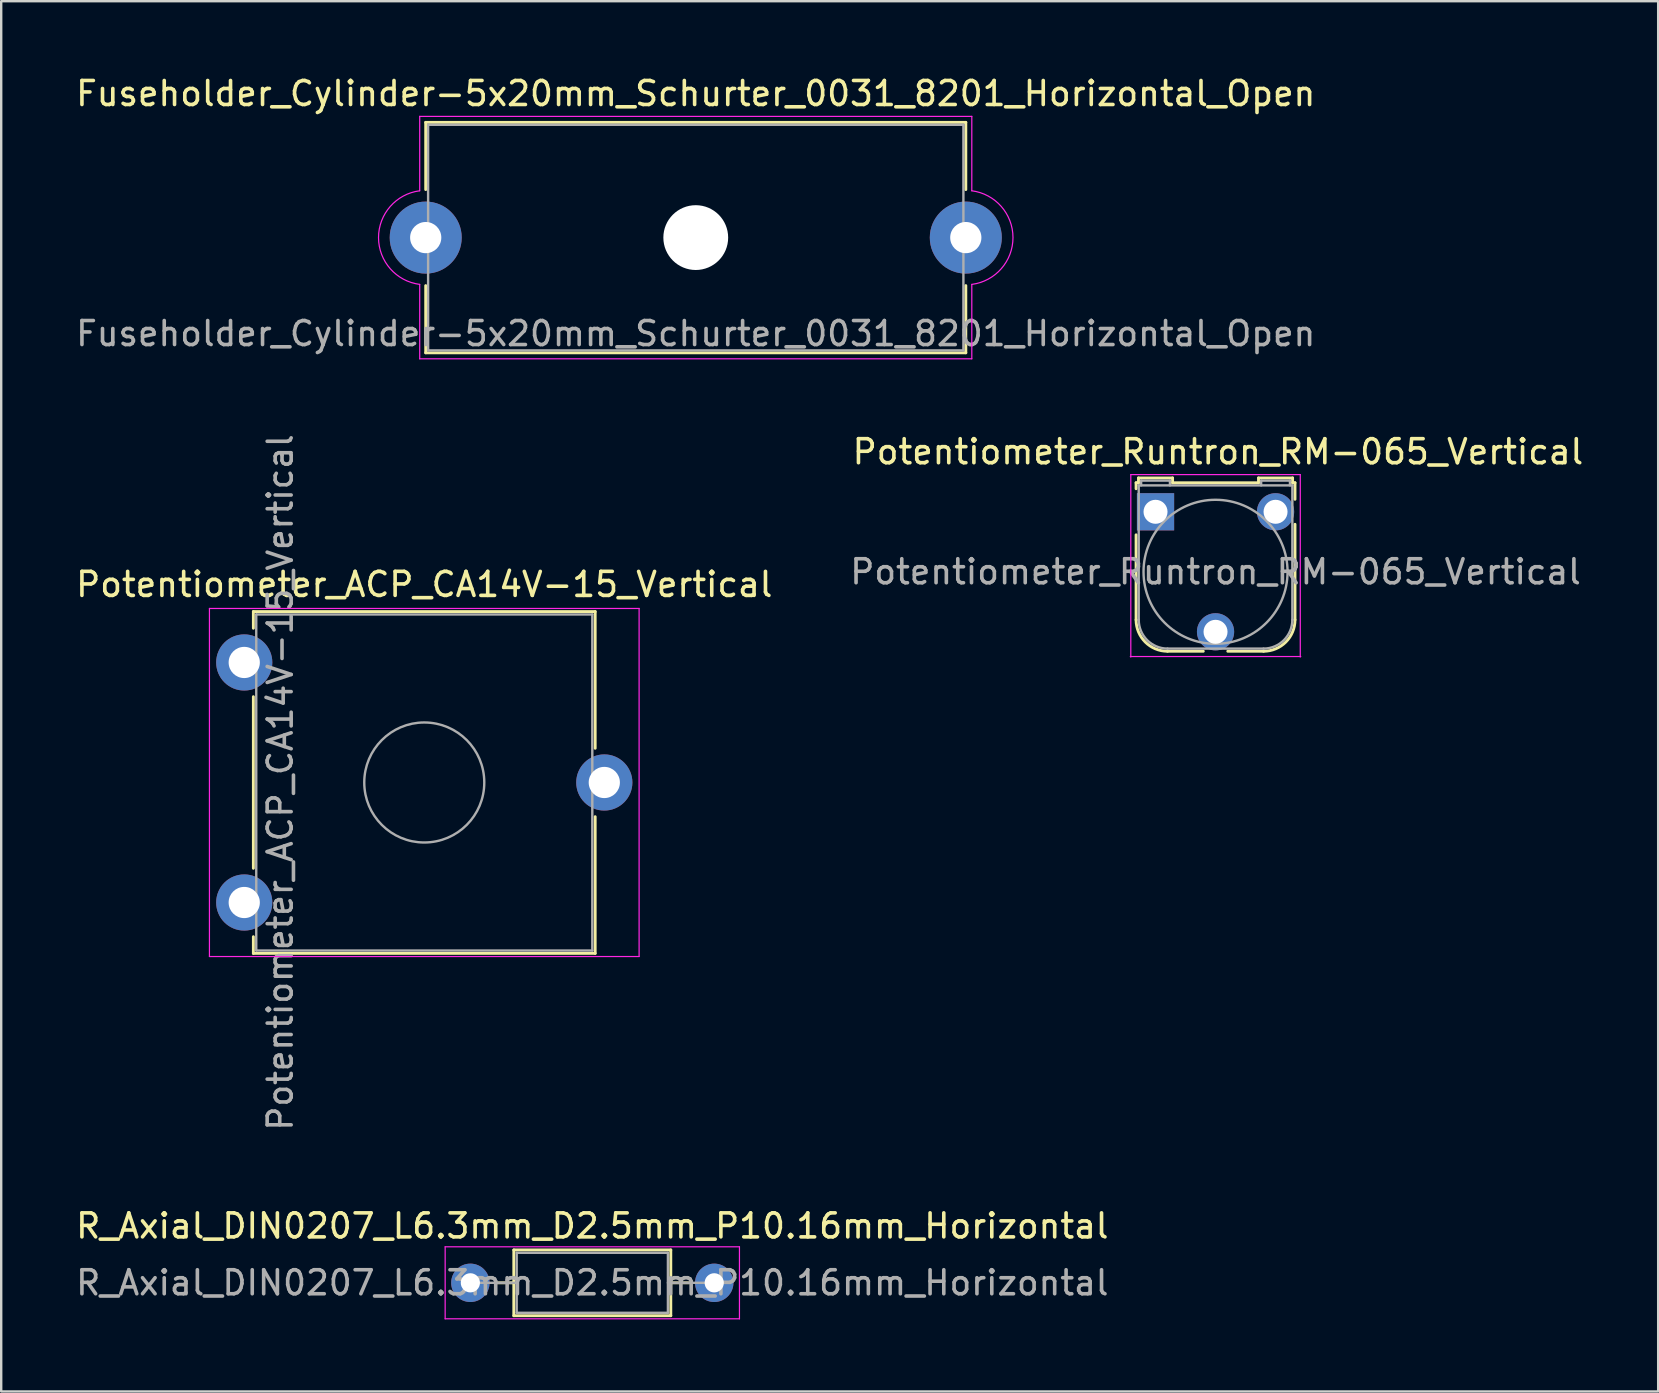
<source format=kicad_pcb>
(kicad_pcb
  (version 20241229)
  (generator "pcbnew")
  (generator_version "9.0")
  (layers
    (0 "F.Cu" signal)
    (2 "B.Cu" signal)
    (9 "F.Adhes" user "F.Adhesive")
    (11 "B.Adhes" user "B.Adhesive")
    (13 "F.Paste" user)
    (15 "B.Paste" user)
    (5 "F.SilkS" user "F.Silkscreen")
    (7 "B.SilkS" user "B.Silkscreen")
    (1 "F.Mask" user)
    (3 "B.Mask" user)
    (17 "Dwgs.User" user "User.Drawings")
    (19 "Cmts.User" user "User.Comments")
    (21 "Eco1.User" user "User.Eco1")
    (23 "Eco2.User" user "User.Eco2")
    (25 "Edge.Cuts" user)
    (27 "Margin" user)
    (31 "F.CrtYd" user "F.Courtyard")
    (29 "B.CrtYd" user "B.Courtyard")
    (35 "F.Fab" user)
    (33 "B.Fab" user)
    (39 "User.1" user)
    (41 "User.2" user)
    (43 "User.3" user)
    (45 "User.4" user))
  (footprint "Potentiometer_Runtron_RM-065_Vertical"
    (layer "F.Cu")
    (at 45.089 18.271)
    (property "Reference" "Potentiometer_Runtron_RM-065_Vertical" (at 2.6 -2.5 0) (layer "F.SilkS") (effects (font (size 1 1) (thickness 0.15))))
    (attr through_hole)
    (fp_line (start -0.81 -1.21) (end -0.81 -0.96) (stroke (width 0.12) (type solid)) (layer "F.SilkS"))
    (fp_line (start -0.81 4.5) (end -0.81 0.96) (stroke (width 0.12) (type solid)) (layer "F.SilkS"))
    (fp_line (start -0.71 -1.41) (end -0.71 -1.21) (stroke (width 0.12) (type solid)) (layer "F.SilkS"))
    (fp_line (start -0.71 -1.41) (end 0.71 -1.41) (stroke (width 0.12) (type solid)) (layer "F.SilkS"))
    (fp_line (start -0.71 -1.21) (end -0.81 -1.21) (stroke (width 0.12) (type solid)) (layer "F.SilkS"))
    (fp_line (start 0.71 -1.21) (end 0.71 -1.41) (stroke (width 0.12) (type solid)) (layer "F.SilkS"))
    (fp_line (start 0.71 -1.21) (end 4.29 -1.21) (stroke (width 0.12) (type solid)) (layer "F.SilkS"))
    (fp_line (start 1.99 5.81) (end 0.5 5.81) (stroke (width 0.12) (type solid)) (layer "F.SilkS"))
    (fp_line (start 4.29 -1.41) (end 5.71 -1.41) (stroke (width 0.12) (type solid)) (layer "F.SilkS"))
    (fp_line (start 4.29 -1.21) (end 4.29 -1.41) (stroke (width 0.12) (type solid)) (layer "F.SilkS"))
    (fp_line (start 4.5 5.81) (end 3.01 5.81) (stroke (width 0.12) (type solid)) (layer "F.SilkS"))
    (fp_line (start 5.71 -1.41) (end 5.71 -1.21) (stroke (width 0.12) (type solid)) (layer "F.SilkS"))
    (fp_line (start 5.71 -1.21) (end 5.81 -1.21) (stroke (width 0.12) (type solid)) (layer "F.SilkS"))
    (fp_line (start 5.81 -1.21) (end 5.81 -0.52) (stroke (width 0.12) (type solid)) (layer "F.SilkS"))
    (fp_line (start 5.81 0.52) (end 5.81 4.5) (stroke (width 0.12) (type solid)) (layer "F.SilkS"))
    (fp_arc (start 0.5 5.81) (mid -0.42631 5.42631) (end -0.81 4.5) (stroke (width 0.12) (type solid)) (layer "F.SilkS"))
    (fp_arc (start 5.81 4.5) (mid 5.42631 5.42631) (end 4.5 5.81) (stroke (width 0.12) (type solid)) (layer "F.SilkS"))
    (fp_line (start -1.03 -1.55) (end -1.03 6.05) (stroke (width 0.05) (type solid)) (layer "F.CrtYd"))
    (fp_line (start -1.03 -1.55) (end 6.03 -1.55) (stroke (width 0.05) (type solid)) (layer "F.CrtYd"))
    (fp_line (start 6.03 6.05) (end 6.03 -1.55) (stroke (width 0.05) (type solid)) (layer "F.CrtYd"))
    (fp_line (start 6.05 6.03) (end -1.05 6.03) (stroke (width 0.05) (type solid)) (layer "F.CrtYd"))
    (fp_line (start -0.7 4.5) (end -0.7 -1.1) (stroke (width 0.1) (type solid)) (layer "F.Fab"))
    (fp_line (start -0.6 -1.3) (end 0.6 -1.3) (stroke (width 0.1) (type solid)) (layer "F.Fab"))
    (fp_line (start -0.6 -1.1) (end -0.6 -1.3) (stroke (width 0.1) (type solid)) (layer "F.Fab"))
    (fp_line (start 0.5 5.7) (end 4.5 5.7) (stroke (width 0.1) (type solid)) (layer "F.Fab"))
    (fp_line (start 0.6 -1.3) (end 0.6 -1.1) (stroke (width 0.1) (type solid)) (layer "F.Fab"))
    (fp_line (start 4.4 -1.3) (end 4.4 -1.1) (stroke (width 0.1) (type solid)) (layer "F.Fab"))
    (fp_line (start 5.6 -1.3) (end 4.41 -1.3) (stroke (width 0.1) (type solid)) (layer "F.Fab"))
    (fp_line (start 5.6 -1.1) (end 5.6 -1.3) (stroke (width 0.1) (type solid)) (layer "F.Fab"))
    (fp_line (start 5.7 -1.1) (end -0.7 -1.1) (stroke (width 0.1) (type solid)) (layer "F.Fab"))
    (fp_line (start 5.7 4.5) (end 5.7 -1.1) (stroke (width 0.1) (type solid)) (layer "F.Fab"))
    (fp_arc (start 0.5 5.7) (mid -0.348528 5.348528) (end -0.7 4.5) (stroke (width 0.1) (type solid)) (layer "F.Fab"))
    (fp_arc (start 5.7 4.5) (mid 5.348528 5.348528) (end 4.5 5.7) (stroke (width 0.1) (type solid)) (layer "F.Fab"))
    (fp_circle (center 2.5 2.5) (end 5.5 2.5) (stroke (width 0.1) (type solid)) (fill no) (layer "F.Fab"))
    (fp_text user "${REFERENCE}" (at 2.5 2.5 0) (layer "F.Fab") (effects (font (size 1 1) (thickness 0.15))))
    (pad "1" thru_hole rect (at 0 0) (size 1.55 1.55) (drill 1) (layers "*.Cu" "*.Mask"))
    (pad "2" thru_hole circle (at 2.5 5) (size 1.55 1.55) (drill 1) (layers "*.Cu" "*.Mask"))
    (pad "3" thru_hole circle (at 5 0) (size 1.55 1.55) (drill 1) (layers "*.Cu" "*.Mask")))
  (footprint "Potentiometer_ACP_CA14V-15_Vertical"
    (layer "F.Cu")
    (at 7.125 34.548)
    (property "Reference" "Potentiometer_ACP_CA14V-15_Vertical" (at 7.5 -13.25 0) (layer "F.SilkS") (effects (font (size 1 1) (thickness 0.15))))
    (attr through_hole)
    (fp_line (start 0.38 -12.12) (end 0.38 -11.426) (stroke (width 0.12) (type solid)) (layer "F.SilkS"))
    (fp_line (start 0.38 -12.12) (end 14.62 -12.12) (stroke (width 0.12) (type solid)) (layer "F.SilkS"))
    (fp_line (start 0.38 -8.574) (end 0.38 -1.425) (stroke (width 0.12) (type solid)) (layer "F.SilkS"))
    (fp_line (start 0.38 1.425) (end 0.38 2.12) (stroke (width 0.12) (type solid)) (layer "F.SilkS"))
    (fp_line (start 0.38 2.12) (end 14.62 2.12) (stroke (width 0.12) (type solid)) (layer "F.SilkS"))
    (fp_line (start 14.62 -12.12) (end 14.62 -6.425) (stroke (width 0.12) (type solid)) (layer "F.SilkS"))
    (fp_line (start 14.62 -3.575) (end 14.62 2.12) (stroke (width 0.12) (type solid)) (layer "F.SilkS"))
    (fp_line (start -1.45 -12.25) (end -1.45 2.25) (stroke (width 0.05) (type solid)) (layer "F.CrtYd"))
    (fp_line (start -1.45 2.25) (end 16.45 2.25) (stroke (width 0.05) (type solid)) (layer "F.CrtYd"))
    (fp_line (start 16.45 -12.25) (end -1.45 -12.25) (stroke (width 0.05) (type solid)) (layer "F.CrtYd"))
    (fp_line (start 16.45 2.25) (end 16.45 -12.25) (stroke (width 0.05) (type solid)) (layer "F.CrtYd"))
    (fp_line (start 0.5 -12) (end 0.5 2) (stroke (width 0.1) (type solid)) (layer "F.Fab"))
    (fp_line (start 0.5 2) (end 14.5 2) (stroke (width 0.1) (type solid)) (layer "F.Fab"))
    (fp_line (start 14.5 -12) (end 0.5 -12) (stroke (width 0.1) (type solid)) (layer "F.Fab"))
    (fp_line (start 14.5 2) (end 14.5 -12) (stroke (width 0.1) (type solid)) (layer "F.Fab"))
    (fp_circle (center 7.5 -5) (end 10 -5) (stroke (width 0.1) (type solid)) (fill no) (layer "F.Fab"))
    (fp_text user "${REFERENCE}" (at 1.5 -5 90) (layer "F.Fab") (effects (font (size 1 1) (thickness 0.15))))
    (pad "1" thru_hole circle (at 0 0) (size 2.34 2.34) (drill 1.3) (layers "*.Cu" "*.Mask"))
    (pad "2" thru_hole circle (at 15 -5) (size 2.34 2.34) (drill 1.3) (layers "*.Cu" "*.Mask"))
    (pad "3" thru_hole circle (at 0 -10) (size 2.34 2.34) (drill 1.3) (layers "*.Cu" "*.Mask")))
  (footprint "R_Axial_DIN0207_L6.3mm_D2.5mm_P10.16mm_Horizontal"
    (layer "F.Cu")
    (at 16.545 50.392)
    (property "Reference" "R_Axial_DIN0207_L6.3mm_D2.5mm_P10.16mm_Horizontal" (at 5.08 -2.37 0) (layer "F.SilkS") (effects (font (size 1 1) (thickness 0.15))))
    (attr through_hole)
    (fp_line (start 1.04 0) (end 1.81 0) (stroke (width 0.12) (type solid)) (layer "F.SilkS"))
    (fp_line (start 1.81 -1.37) (end 1.81 1.37) (stroke (width 0.12) (type solid)) (layer "F.SilkS"))
    (fp_line (start 1.81 1.37) (end 8.35 1.37) (stroke (width 0.12) (type solid)) (layer "F.SilkS"))
    (fp_line (start 8.35 -1.37) (end 1.81 -1.37) (stroke (width 0.12) (type solid)) (layer "F.SilkS"))
    (fp_line (start 8.35 1.37) (end 8.35 -1.37) (stroke (width 0.12) (type solid)) (layer "F.SilkS"))
    (fp_line (start 9.12 0) (end 8.35 0) (stroke (width 0.12) (type solid)) (layer "F.SilkS"))
    (fp_line (start -1.05 -1.5) (end -1.05 1.5) (stroke (width 0.05) (type solid)) (layer "F.CrtYd"))
    (fp_line (start -1.05 1.5) (end 11.21 1.5) (stroke (width 0.05) (type solid)) (layer "F.CrtYd"))
    (fp_line (start 11.21 -1.5) (end -1.05 -1.5) (stroke (width 0.05) (type solid)) (layer "F.CrtYd"))
    (fp_line (start 11.21 1.5) (end 11.21 -1.5) (stroke (width 0.05) (type solid)) (layer "F.CrtYd"))
    (fp_line (start 0 0) (end 1.93 0) (stroke (width 0.1) (type solid)) (layer "F.Fab"))
    (fp_line (start 1.93 -1.25) (end 1.93 1.25) (stroke (width 0.1) (type solid)) (layer "F.Fab"))
    (fp_line (start 1.93 1.25) (end 8.23 1.25) (stroke (width 0.1) (type solid)) (layer "F.Fab"))
    (fp_line (start 8.23 -1.25) (end 1.93 -1.25) (stroke (width 0.1) (type solid)) (layer "F.Fab"))
    (fp_line (start 8.23 1.25) (end 8.23 -1.25) (stroke (width 0.1) (type solid)) (layer "F.Fab"))
    (fp_line (start 10.16 0) (end 8.23 0) (stroke (width 0.1) (type solid)) (layer "F.Fab"))
    (fp_text user "${REFERENCE}" (at 5.08 0 0) (layer "F.Fab") (effects (font (size 1 1) (thickness 0.15))))
    (pad "1" thru_hole circle (at 0 0) (size 1.6 1.6) (drill 0.8) (layers "*.Cu" "*.Mask"))
    (pad "2" thru_hole oval (at 10.16 0) (size 1.6 1.6) (drill 0.8) (layers "*.Cu" "*.Mask")))
  (footprint "Fuseholder_Cylinder-5x20mm_Schurter_0031_8201_Horizontal_Open"
    (layer "F.Cu")
    (at 14.685 6.848)
    (property "Reference" "Fuseholder_Cylinder-5x20mm_Schurter_0031_8201_Horizontal_Open" (at 11.25 -6 0) (layer "F.SilkS") (effects (font (size 1 1) (thickness 0.15))))
    (attr through_hole)
    (fp_line (start 0 -4.8) (end 22.5 -4.8) (stroke (width 0.12) (type solid)) (layer "F.SilkS"))
    (fp_line (start 0 -2) (end 0 -4.8) (stroke (width 0.12) (type solid)) (layer "F.SilkS"))
    (fp_line (start 0 4.8) (end 0 2) (stroke (width 0.12) (type solid)) (layer "F.SilkS"))
    (fp_line (start 0 4.8) (end 22.5 4.8) (stroke (width 0.12) (type solid)) (layer "F.SilkS"))
    (fp_line (start 22.5 -2) (end 22.5 -4.8) (stroke (width 0.12) (type solid)) (layer "F.SilkS"))
    (fp_line (start 22.5 4.8) (end 22.5 2) (stroke (width 0.12) (type solid)) (layer "F.SilkS"))
    (fp_line (start -0.25 -5.05) (end 22.75 -5.05) (stroke (width 0.05) (type solid)) (layer "F.CrtYd"))
    (fp_line (start -0.25 -1.95) (end -0.25 -5.05) (stroke (width 0.05) (type solid)) (layer "F.CrtYd"))
    (fp_line (start -0.25 5.05) (end -0.25 1.95) (stroke (width 0.05) (type solid)) (layer "F.CrtYd"))
    (fp_line (start 22.75 -1.95) (end 22.75 -5.05) (stroke (width 0.05) (type solid)) (layer "F.CrtYd"))
    (fp_line (start 22.75 1.95) (end 22.75 5.05) (stroke (width 0.05) (type solid)) (layer "F.CrtYd"))
    (fp_line (start 22.75 5.05) (end -0.25 5.05) (stroke (width 0.05) (type solid)) (layer "F.CrtYd"))
    (fp_arc (start -0.25 1.95) (mid -1.96596 0.001518) (end -0.253011 -1.949612) (stroke (width 0.05) (type solid)) (layer "F.CrtYd"))
    (fp_arc (start 22.75 -1.95) (mid 24.46596 -0.001518) (end 22.753011 1.949612) (stroke (width 0.05) (type solid)) (layer "F.CrtYd"))
    (fp_line (start 0.1 -4.7) (end 0.1 4.7) (stroke (width 0.1) (type solid)) (layer "F.Fab"))
    (fp_line (start 0.1 4.7) (end 22.4 4.7) (stroke (width 0.1) (type solid)) (layer "F.Fab"))
    (fp_line (start 22.4 -4.7) (end 0.1 -4.7) (stroke (width 0.1) (type solid)) (layer "F.Fab"))
    (fp_line (start 22.4 4.7) (end 22.4 -4.7) (stroke (width 0.1) (type solid)) (layer "F.Fab"))
    (fp_text user "${REFERENCE}" (at 11.25 4 0) (layer "F.Fab") (effects (font (size 1 1) (thickness 0.15))))
    (pad "" np_thru_hole circle (at 11.25 0) (size 2.7 2.7) (drill 2.7) (layers "*.Cu" "*.Mask"))
    (pad "1" thru_hole circle (at 0 0) (size 3 3) (drill 1.3) (layers "*.Cu" "*.Mask"))
    (pad "2" thru_hole circle (at 22.5 0) (size 3 3) (drill 1.3) (layers "*.Cu" "*.Mask")))
  (gr_rect
    (start -3 -3)
    (end 66.029 54.917)
    (stroke (width 0.1) (type default))
    (fill no)
    (layer "Edge.Cuts")))
</source>
